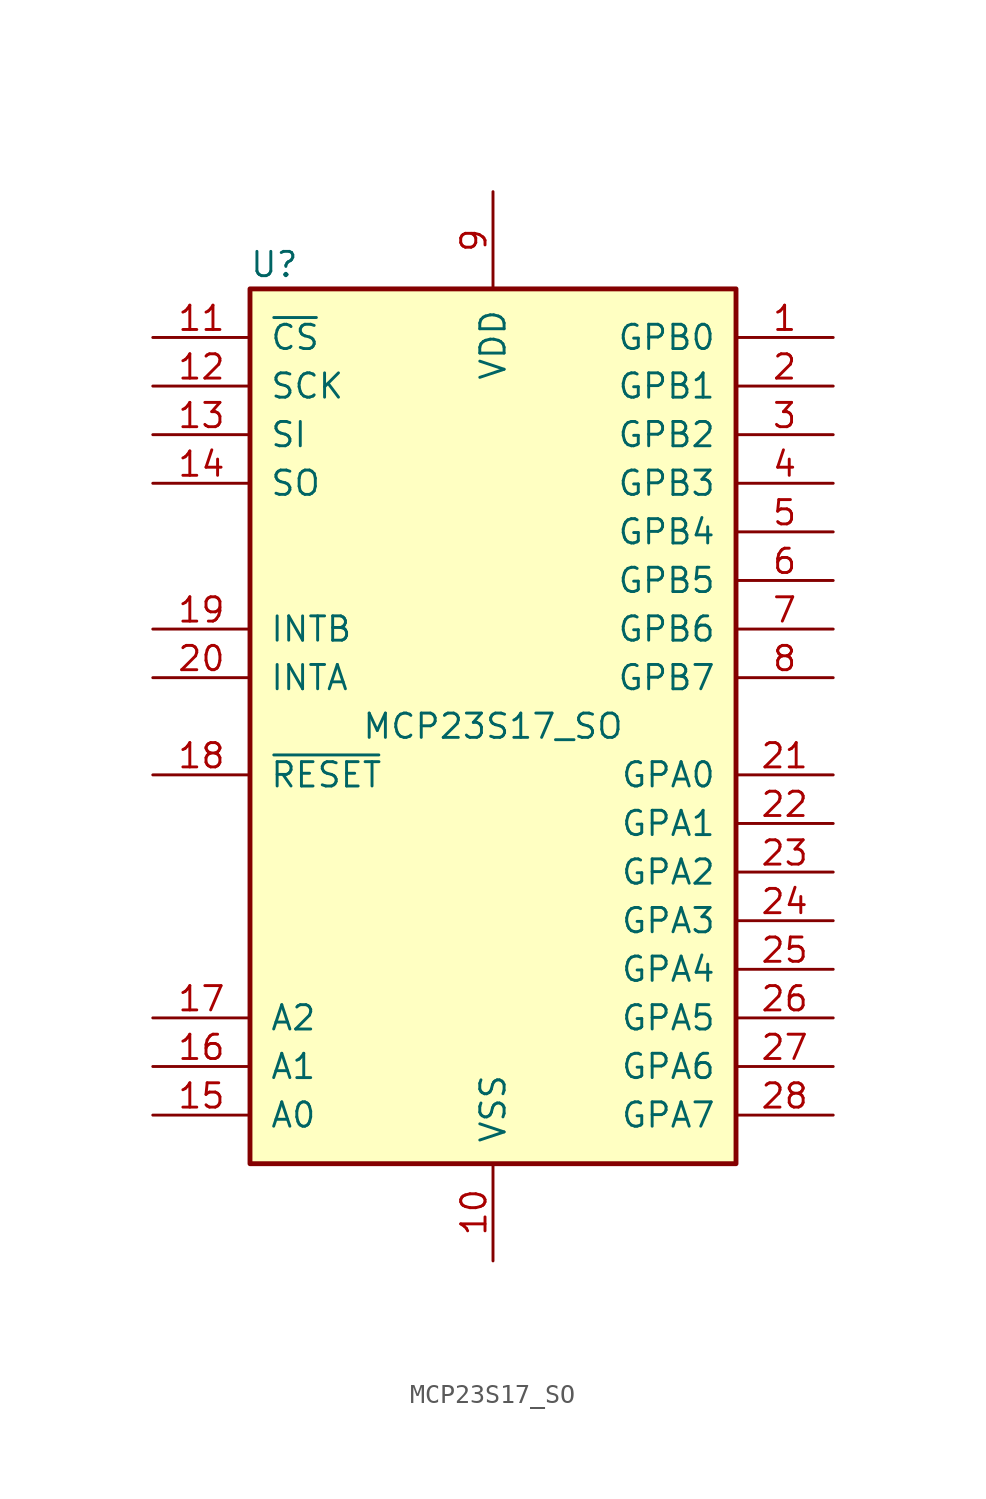
<source format=kicad_sym>
(kicad_symbol_lib
  (version 20211014)
  (generator kicad_symbol_editor)
  (symbol "MCP23S17_SO"
    (pin_names
      (offset 1.016))
    (property "Reference" "U"
      (at -11.43 24.13 0)
      (effects (font (size 1.27 1.27))))
    (property "Value" "MCP23S17_SO"
      (at 0 0 0)
      (effects (font (size 1.27 1.27))))
    (symbol "MCP23S17_SO_0_1"
      (rectangle (start -12.7 22.86) (end 12.7 -22.86) (stroke (width 0.254) (type default) (color 0 0 0 0)) (fill (type background))))
    (symbol "MCP23S17_SO_1_1"
      (pin bidirectional line (at 17.78 20.32 180) (length 5.08) (name "GPB0" (effects (font (size 1.27 1.27)))) (number "1" (effects (font (size 1.27 1.27)))))
      (pin power_in line (at 0 -27.94 90) (length 5.08) (name "VSS" (effects (font (size 1.27 1.27)))) (number "10" (effects (font (size 1.27 1.27)))))
      (pin input line (at -17.78 20.32 0) (length 5.08) (name "~{CS}" (effects (font (size 1.27 1.27)))) (number "11" (effects (font (size 1.27 1.27)))))
      (pin input line (at -17.78 17.78 0) (length 5.08) (name "SCK" (effects (font (size 1.27 1.27)))) (number "12" (effects (font (size 1.27 1.27)))))
      (pin input line (at -17.78 15.24 0) (length 5.08) (name "SI" (effects (font (size 1.27 1.27)))) (number "13" (effects (font (size 1.27 1.27)))))
      (pin passive line (at -17.78 12.7 0) (length 5.08) (name "SO" (effects (font (size 1.27 1.27)))) (number "14" (effects (font (size 1.27 1.27)))))
      (pin input line (at -17.78 -20.32 0) (length 5.08) (name "A0" (effects (font (size 1.27 1.27)))) (number "15" (effects (font (size 1.27 1.27)))))
      (pin input line (at -17.78 -17.78 0) (length 5.08) (name "A1" (effects (font (size 1.27 1.27)))) (number "16" (effects (font (size 1.27 1.27)))))
      (pin input line (at -17.78 -15.24 0) (length 5.08) (name "A2" (effects (font (size 1.27 1.27)))) (number "17" (effects (font (size 1.27 1.27)))))
      (pin input line (at -17.78 -2.54 0) (length 5.08) (name "~{RESET}" (effects (font (size 1.27 1.27)))) (number "18" (effects (font (size 1.27 1.27)))))
      (pin tri_state line (at -17.78 5.08 0) (length 5.08) (name "INTB" (effects (font (size 1.27 1.27)))) (number "19" (effects (font (size 1.27 1.27)))))
      (pin bidirectional line (at 17.78 17.78 180) (length 5.08) (name "GPB1" (effects (font (size 1.27 1.27)))) (number "2" (effects (font (size 1.27 1.27)))))
      (pin tri_state line (at -17.78 2.54 0) (length 5.08) (name "INTA" (effects (font (size 1.27 1.27)))) (number "20" (effects (font (size 1.27 1.27)))))
      (pin bidirectional line (at 17.78 -2.54 180) (length 5.08) (name "GPA0" (effects (font (size 1.27 1.27)))) (number "21" (effects (font (size 1.27 1.27)))))
      (pin bidirectional line (at 17.78 -5.08 180) (length 5.08) (name "GPA1" (effects (font (size 1.27 1.27)))) (number "22" (effects (font (size 1.27 1.27)))))
      (pin bidirectional line (at 17.78 -7.62 180) (length 5.08) (name "GPA2" (effects (font (size 1.27 1.27)))) (number "23" (effects (font (size 1.27 1.27)))))
      (pin bidirectional line (at 17.78 -10.16 180) (length 5.08) (name "GPA3" (effects (font (size 1.27 1.27)))) (number "24" (effects (font (size 1.27 1.27)))))
      (pin bidirectional line (at 17.78 -12.7 180) (length 5.08) (name "GPA4" (effects (font (size 1.27 1.27)))) (number "25" (effects (font (size 1.27 1.27)))))
      (pin bidirectional line (at 17.78 -15.24 180) (length 5.08) (name "GPA5" (effects (font (size 1.27 1.27)))) (number "26" (effects (font (size 1.27 1.27)))))
      (pin bidirectional line (at 17.78 -17.78 180) (length 5.08) (name "GPA6" (effects (font (size 1.27 1.27)))) (number "27" (effects (font (size 1.27 1.27)))))
      (pin bidirectional line (at 17.78 -20.32 180) (length 5.08) (name "GPA7" (effects (font (size 1.27 1.27)))) (number "28" (effects (font (size 1.27 1.27)))))
      (pin bidirectional line (at 17.78 15.24 180) (length 5.08) (name "GPB2" (effects (font (size 1.27 1.27)))) (number "3" (effects (font (size 1.27 1.27)))))
      (pin bidirectional line (at 17.78 12.7 180) (length 5.08) (name "GPB3" (effects (font (size 1.27 1.27)))) (number "4" (effects (font (size 1.27 1.27)))))
      (pin bidirectional line (at 17.78 10.16 180) (length 5.08) (name "GPB4" (effects (font (size 1.27 1.27)))) (number "5" (effects (font (size 1.27 1.27)))))
      (pin bidirectional line (at 17.78 7.62 180) (length 5.08) (name "GPB5" (effects (font (size 1.27 1.27)))) (number "6" (effects (font (size 1.27 1.27)))))
      (pin bidirectional line (at 17.78 5.08 180) (length 5.08) (name "GPB6" (effects (font (size 1.27 1.27)))) (number "7" (effects (font (size 1.27 1.27)))))
      (pin bidirectional line (at 17.78 2.54 180) (length 5.08) (name "GPB7" (effects (font (size 1.27 1.27)))) (number "8" (effects (font (size 1.27 1.27)))))
      (pin power_in line (at 0 27.94 270) (length 5.08) (name "VDD" (effects (font (size 1.27 1.27)))) (number "9" (effects (font (size 1.27 1.27))))))))
</source>
